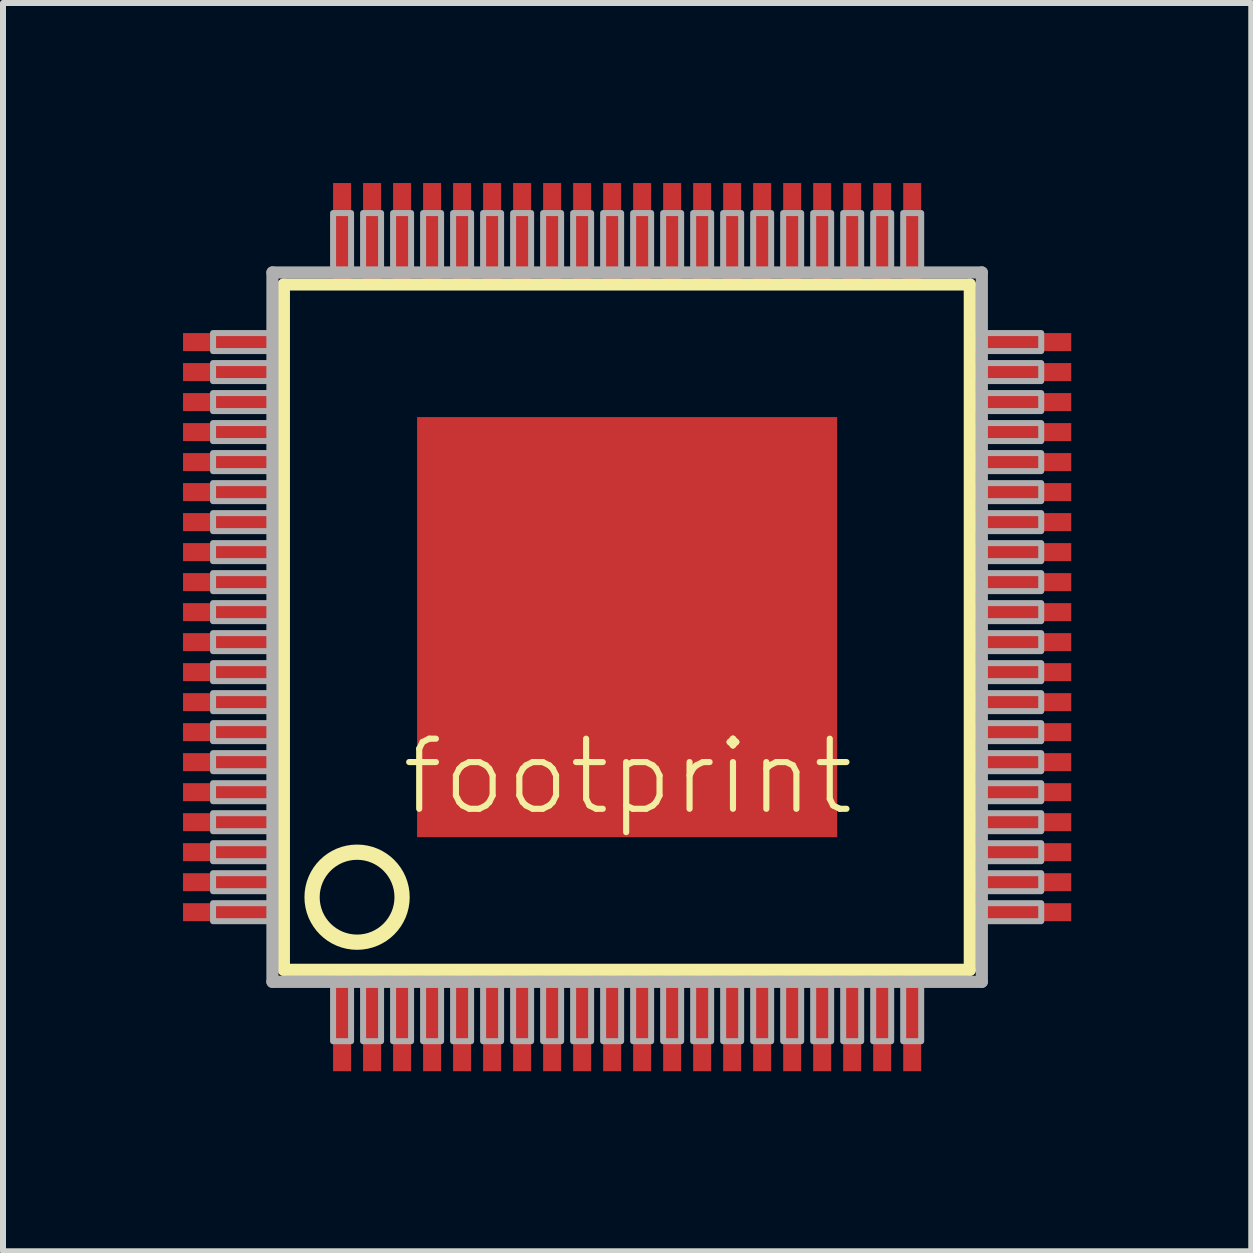
<source format=kicad_pcb>
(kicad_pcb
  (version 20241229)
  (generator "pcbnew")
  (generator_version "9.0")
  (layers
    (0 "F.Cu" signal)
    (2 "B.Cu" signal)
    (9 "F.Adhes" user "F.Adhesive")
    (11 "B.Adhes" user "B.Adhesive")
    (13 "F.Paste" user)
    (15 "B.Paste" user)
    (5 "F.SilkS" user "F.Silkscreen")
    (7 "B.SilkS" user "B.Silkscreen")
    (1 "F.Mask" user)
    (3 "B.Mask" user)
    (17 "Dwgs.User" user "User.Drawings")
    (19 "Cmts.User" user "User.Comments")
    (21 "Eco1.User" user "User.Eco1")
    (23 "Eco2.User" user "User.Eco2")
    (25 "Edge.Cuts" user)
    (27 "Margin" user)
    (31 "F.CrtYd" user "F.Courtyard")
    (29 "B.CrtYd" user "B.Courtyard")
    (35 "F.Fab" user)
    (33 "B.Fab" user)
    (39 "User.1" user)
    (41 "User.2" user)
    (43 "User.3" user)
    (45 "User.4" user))
  (footprint "footprint"
    (layer "F.Cu")
    (at 7.4 7.4)
    (property "Reference" "footprint" (at -3.81 3.175 0) (layer "F.SilkS") (effects (font (size 1.168 1.168) (thickness 0.102)) (justify left bottom)))
    (fp_line (start -5.72 -5.71) (end 5.71 -5.71) (stroke (width 0.203) (type solid)) (layer "F.SilkS"))
    (fp_line (start -5.72 5.71) (end -5.72 -5.71) (stroke (width 0.203) (type solid)) (layer "F.SilkS"))
    (fp_line (start 5.71 -5.71) (end 5.71 5.71) (stroke (width 0.203) (type solid)) (layer "F.SilkS"))
    (fp_line (start 5.71 5.71) (end -5.72 5.71) (stroke (width 0.203) (type solid)) (layer "F.SilkS"))
    (fp_circle (center -4.5 4.5) (end -3.75 4.5) (stroke (width 0.254) (type solid)) (fill no) (layer "F.SilkS"))
    (fp_line (start -5.91 -5.91) (end -5.91 5.91) (stroke (width 0.203) (type solid)) (layer "F.Fab"))
    (fp_line (start -5.91 5.91) (end 5.91 5.91) (stroke (width 0.203) (type solid)) (layer "F.Fab"))
    (fp_line (start 5.91 -5.91) (end -5.91 -5.91) (stroke (width 0.203) (type solid)) (layer "F.Fab"))
    (fp_line (start 5.91 5.91) (end 5.91 -5.91) (stroke (width 0.203) (type solid)) (layer "F.Fab"))
    (fp_poly (pts (xy -6.9 -4.6) (xy -5.95 -4.6) (xy -5.95 -4.9) (xy -6.9 -4.9)) (stroke (width 0.1) (type solid)) (fill no) (layer "F.Fab"))
    (fp_poly (pts (xy -6.9 -4.1) (xy -5.95 -4.1) (xy -5.95 -4.4) (xy -6.9 -4.4)) (stroke (width 0.1) (type solid)) (fill no) (layer "F.Fab"))
    (fp_poly (pts (xy -6.9 -3.6) (xy -5.95 -3.6) (xy -5.95 -3.9) (xy -6.9 -3.9)) (stroke (width 0.1) (type solid)) (fill no) (layer "F.Fab"))
    (fp_poly (pts (xy -6.9 -3.1) (xy -5.95 -3.1) (xy -5.95 -3.4) (xy -6.9 -3.4)) (stroke (width 0.1) (type solid)) (fill no) (layer "F.Fab"))
    (fp_poly (pts (xy -6.9 -2.6) (xy -5.95 -2.6) (xy -5.95 -2.9) (xy -6.9 -2.9)) (stroke (width 0.1) (type solid)) (fill no) (layer "F.Fab"))
    (fp_poly (pts (xy -6.9 -2.1) (xy -5.95 -2.1) (xy -5.95 -2.4) (xy -6.9 -2.4)) (stroke (width 0.1) (type solid)) (fill no) (layer "F.Fab"))
    (fp_poly (pts (xy -6.9 -1.6) (xy -5.95 -1.6) (xy -5.95 -1.9) (xy -6.9 -1.9)) (stroke (width 0.1) (type solid)) (fill no) (layer "F.Fab"))
    (fp_poly (pts (xy -6.9 -1.1) (xy -5.95 -1.1) (xy -5.95 -1.4) (xy -6.9 -1.4)) (stroke (width 0.1) (type solid)) (fill no) (layer "F.Fab"))
    (fp_poly (pts (xy -6.9 -0.6) (xy -5.95 -0.6) (xy -5.95 -0.9) (xy -6.9 -0.9)) (stroke (width 0.1) (type solid)) (fill no) (layer "F.Fab"))
    (fp_poly (pts (xy -6.9 -0.1) (xy -5.95 -0.1) (xy -5.95 -0.4) (xy -6.9 -0.4)) (stroke (width 0.1) (type solid)) (fill no) (layer "F.Fab"))
    (fp_poly (pts (xy -6.9 0.4) (xy -5.95 0.4) (xy -5.95 0.1) (xy -6.9 0.1)) (stroke (width 0.1) (type solid)) (fill no) (layer "F.Fab"))
    (fp_poly (pts (xy -6.9 0.9) (xy -5.95 0.9) (xy -5.95 0.6) (xy -6.9 0.6)) (stroke (width 0.1) (type solid)) (fill no) (layer "F.Fab"))
    (fp_poly (pts (xy -6.9 1.4) (xy -5.95 1.4) (xy -5.95 1.1) (xy -6.9 1.1)) (stroke (width 0.1) (type solid)) (fill no) (layer "F.Fab"))
    (fp_poly (pts (xy -6.9 1.9) (xy -5.95 1.9) (xy -5.95 1.6) (xy -6.9 1.6)) (stroke (width 0.1) (type solid)) (fill no) (layer "F.Fab"))
    (fp_poly (pts (xy -6.9 2.4) (xy -5.95 2.4) (xy -5.95 2.1) (xy -6.9 2.1)) (stroke (width 0.1) (type solid)) (fill no) (layer "F.Fab"))
    (fp_poly (pts (xy -6.9 2.9) (xy -5.95 2.9) (xy -5.95 2.6) (xy -6.9 2.6)) (stroke (width 0.1) (type solid)) (fill no) (layer "F.Fab"))
    (fp_poly (pts (xy -6.9 3.4) (xy -5.95 3.4) (xy -5.95 3.1) (xy -6.9 3.1)) (stroke (width 0.1) (type solid)) (fill no) (layer "F.Fab"))
    (fp_poly (pts (xy -6.9 3.9) (xy -5.95 3.9) (xy -5.95 3.6) (xy -6.9 3.6)) (stroke (width 0.1) (type solid)) (fill no) (layer "F.Fab"))
    (fp_poly (pts (xy -6.9 4.4) (xy -5.95 4.4) (xy -5.95 4.1) (xy -6.9 4.1)) (stroke (width 0.1) (type solid)) (fill no) (layer "F.Fab"))
    (fp_poly (pts (xy -6.9 4.9) (xy -5.95 4.9) (xy -5.95 4.6) (xy -6.9 4.6)) (stroke (width 0.1) (type solid)) (fill no) (layer "F.Fab"))
    (fp_poly (pts (xy -4.9 -5.95) (xy -4.6 -5.95) (xy -4.6 -6.9) (xy -4.9 -6.9)) (stroke (width 0.1) (type solid)) (fill no) (layer "F.Fab"))
    (fp_poly (pts (xy -4.9 6.9) (xy -4.6 6.9) (xy -4.6 5.95) (xy -4.9 5.95)) (stroke (width 0.1) (type solid)) (fill no) (layer "F.Fab"))
    (fp_poly (pts (xy -4.4 -5.95) (xy -4.1 -5.95) (xy -4.1 -6.9) (xy -4.4 -6.9)) (stroke (width 0.1) (type solid)) (fill no) (layer "F.Fab"))
    (fp_poly (pts (xy -4.4 6.9) (xy -4.1 6.9) (xy -4.1 5.95) (xy -4.4 5.95)) (stroke (width 0.1) (type solid)) (fill no) (layer "F.Fab"))
    (fp_poly (pts (xy -3.9 -5.95) (xy -3.6 -5.95) (xy -3.6 -6.9) (xy -3.9 -6.9)) (stroke (width 0.1) (type solid)) (fill no) (layer "F.Fab"))
    (fp_poly (pts (xy -3.9 6.9) (xy -3.6 6.9) (xy -3.6 5.95) (xy -3.9 5.95)) (stroke (width 0.1) (type solid)) (fill no) (layer "F.Fab"))
    (fp_poly (pts (xy -3.4 -5.95) (xy -3.1 -5.95) (xy -3.1 -6.9) (xy -3.4 -6.9)) (stroke (width 0.1) (type solid)) (fill no) (layer "F.Fab"))
    (fp_poly (pts (xy -3.4 6.9) (xy -3.1 6.9) (xy -3.1 5.95) (xy -3.4 5.95)) (stroke (width 0.1) (type solid)) (fill no) (layer "F.Fab"))
    (fp_poly (pts (xy -2.9 -5.95) (xy -2.6 -5.95) (xy -2.6 -6.9) (xy -2.9 -6.9)) (stroke (width 0.1) (type solid)) (fill no) (layer "F.Fab"))
    (fp_poly (pts (xy -2.9 6.9) (xy -2.6 6.9) (xy -2.6 5.95) (xy -2.9 5.95)) (stroke (width 0.1) (type solid)) (fill no) (layer "F.Fab"))
    (fp_poly (pts (xy -2.4 -5.95) (xy -2.1 -5.95) (xy -2.1 -6.9) (xy -2.4 -6.9)) (stroke (width 0.1) (type solid)) (fill no) (layer "F.Fab"))
    (fp_poly (pts (xy -2.4 6.9) (xy -2.1 6.9) (xy -2.1 5.95) (xy -2.4 5.95)) (stroke (width 0.1) (type solid)) (fill no) (layer "F.Fab"))
    (fp_poly (pts (xy -1.9 -5.95) (xy -1.6 -5.95) (xy -1.6 -6.9) (xy -1.9 -6.9)) (stroke (width 0.1) (type solid)) (fill no) (layer "F.Fab"))
    (fp_poly (pts (xy -1.9 6.9) (xy -1.6 6.9) (xy -1.6 5.95) (xy -1.9 5.95)) (stroke (width 0.1) (type solid)) (fill no) (layer "F.Fab"))
    (fp_poly (pts (xy -1.4 -5.95) (xy -1.1 -5.95) (xy -1.1 -6.9) (xy -1.4 -6.9)) (stroke (width 0.1) (type solid)) (fill no) (layer "F.Fab"))
    (fp_poly (pts (xy -1.4 6.9) (xy -1.1 6.9) (xy -1.1 5.95) (xy -1.4 5.95)) (stroke (width 0.1) (type solid)) (fill no) (layer "F.Fab"))
    (fp_poly (pts (xy -0.9 -5.95) (xy -0.6 -5.95) (xy -0.6 -6.9) (xy -0.9 -6.9)) (stroke (width 0.1) (type solid)) (fill no) (layer "F.Fab"))
    (fp_poly (pts (xy -0.9 6.9) (xy -0.6 6.9) (xy -0.6 5.95) (xy -0.9 5.95)) (stroke (width 0.1) (type solid)) (fill no) (layer "F.Fab"))
    (fp_poly (pts (xy -0.4 -5.95) (xy -0.1 -5.95) (xy -0.1 -6.9) (xy -0.4 -6.9)) (stroke (width 0.1) (type solid)) (fill no) (layer "F.Fab"))
    (fp_poly (pts (xy -0.4 6.9) (xy -0.1 6.9) (xy -0.1 5.95) (xy -0.4 5.95)) (stroke (width 0.1) (type solid)) (fill no) (layer "F.Fab"))
    (fp_poly (pts (xy 0.1 -5.95) (xy 0.4 -5.95) (xy 0.4 -6.9) (xy 0.1 -6.9)) (stroke (width 0.1) (type solid)) (fill no) (layer "F.Fab"))
    (fp_poly (pts (xy 0.1 6.9) (xy 0.4 6.9) (xy 0.4 5.95) (xy 0.1 5.95)) (stroke (width 0.1) (type solid)) (fill no) (layer "F.Fab"))
    (fp_poly (pts (xy 0.6 -5.95) (xy 0.9 -5.95) (xy 0.9 -6.9) (xy 0.6 -6.9)) (stroke (width 0.1) (type solid)) (fill no) (layer "F.Fab"))
    (fp_poly (pts (xy 0.6 6.9) (xy 0.9 6.9) (xy 0.9 5.95) (xy 0.6 5.95)) (stroke (width 0.1) (type solid)) (fill no) (layer "F.Fab"))
    (fp_poly (pts (xy 1.1 -5.95) (xy 1.4 -5.95) (xy 1.4 -6.9) (xy 1.1 -6.9)) (stroke (width 0.1) (type solid)) (fill no) (layer "F.Fab"))
    (fp_poly (pts (xy 1.1 6.9) (xy 1.4 6.9) (xy 1.4 5.95) (xy 1.1 5.95)) (stroke (width 0.1) (type solid)) (fill no) (layer "F.Fab"))
    (fp_poly (pts (xy 1.6 -5.95) (xy 1.9 -5.95) (xy 1.9 -6.9) (xy 1.6 -6.9)) (stroke (width 0.1) (type solid)) (fill no) (layer "F.Fab"))
    (fp_poly (pts (xy 1.6 6.9) (xy 1.9 6.9) (xy 1.9 5.95) (xy 1.6 5.95)) (stroke (width 0.1) (type solid)) (fill no) (layer "F.Fab"))
    (fp_poly (pts (xy 2.1 -5.95) (xy 2.4 -5.95) (xy 2.4 -6.9) (xy 2.1 -6.9)) (stroke (width 0.1) (type solid)) (fill no) (layer "F.Fab"))
    (fp_poly (pts (xy 2.1 6.9) (xy 2.4 6.9) (xy 2.4 5.95) (xy 2.1 5.95)) (stroke (width 0.1) (type solid)) (fill no) (layer "F.Fab"))
    (fp_poly (pts (xy 2.6 -5.95) (xy 2.9 -5.95) (xy 2.9 -6.9) (xy 2.6 -6.9)) (stroke (width 0.1) (type solid)) (fill no) (layer "F.Fab"))
    (fp_poly (pts (xy 2.6 6.9) (xy 2.9 6.9) (xy 2.9 5.95) (xy 2.6 5.95)) (stroke (width 0.1) (type solid)) (fill no) (layer "F.Fab"))
    (fp_poly (pts (xy 3.1 -5.95) (xy 3.4 -5.95) (xy 3.4 -6.9) (xy 3.1 -6.9)) (stroke (width 0.1) (type solid)) (fill no) (layer "F.Fab"))
    (fp_poly (pts (xy 3.1 6.9) (xy 3.4 6.9) (xy 3.4 5.95) (xy 3.1 5.95)) (stroke (width 0.1) (type solid)) (fill no) (layer "F.Fab"))
    (fp_poly (pts (xy 3.6 -5.95) (xy 3.9 -5.95) (xy 3.9 -6.9) (xy 3.6 -6.9)) (stroke (width 0.1) (type solid)) (fill no) (layer "F.Fab"))
    (fp_poly (pts (xy 3.6 6.9) (xy 3.9 6.9) (xy 3.9 5.95) (xy 3.6 5.95)) (stroke (width 0.1) (type solid)) (fill no) (layer "F.Fab"))
    (fp_poly (pts (xy 4.1 -5.95) (xy 4.4 -5.95) (xy 4.4 -6.9) (xy 4.1 -6.9)) (stroke (width 0.1) (type solid)) (fill no) (layer "F.Fab"))
    (fp_poly (pts (xy 4.1 6.9) (xy 4.4 6.9) (xy 4.4 5.95) (xy 4.1 5.95)) (stroke (width 0.1) (type solid)) (fill no) (layer "F.Fab"))
    (fp_poly (pts (xy 4.6 -5.95) (xy 4.9 -5.95) (xy 4.9 -6.9) (xy 4.6 -6.9)) (stroke (width 0.1) (type solid)) (fill no) (layer "F.Fab"))
    (fp_poly (pts (xy 4.6 6.9) (xy 4.9 6.9) (xy 4.9 5.95) (xy 4.6 5.95)) (stroke (width 0.1) (type solid)) (fill no) (layer "F.Fab"))
    (fp_poly (pts (xy 5.95 -4.6) (xy 6.9 -4.6) (xy 6.9 -4.9) (xy 5.95 -4.9)) (stroke (width 0.1) (type solid)) (fill no) (layer "F.Fab"))
    (fp_poly (pts (xy 5.95 -4.1) (xy 6.9 -4.1) (xy 6.9 -4.4) (xy 5.95 -4.4)) (stroke (width 0.1) (type solid)) (fill no) (layer "F.Fab"))
    (fp_poly (pts (xy 5.95 -3.6) (xy 6.9 -3.6) (xy 6.9 -3.9) (xy 5.95 -3.9)) (stroke (width 0.1) (type solid)) (fill no) (layer "F.Fab"))
    (fp_poly (pts (xy 5.95 -3.1) (xy 6.9 -3.1) (xy 6.9 -3.4) (xy 5.95 -3.4)) (stroke (width 0.1) (type solid)) (fill no) (layer "F.Fab"))
    (fp_poly (pts (xy 5.95 -2.6) (xy 6.9 -2.6) (xy 6.9 -2.9) (xy 5.95 -2.9)) (stroke (width 0.1) (type solid)) (fill no) (layer "F.Fab"))
    (fp_poly (pts (xy 5.95 -2.1) (xy 6.9 -2.1) (xy 6.9 -2.4) (xy 5.95 -2.4)) (stroke (width 0.1) (type solid)) (fill no) (layer "F.Fab"))
    (fp_poly (pts (xy 5.95 -1.6) (xy 6.9 -1.6) (xy 6.9 -1.9) (xy 5.95 -1.9)) (stroke (width 0.1) (type solid)) (fill no) (layer "F.Fab"))
    (fp_poly (pts (xy 5.95 -1.1) (xy 6.9 -1.1) (xy 6.9 -1.4) (xy 5.95 -1.4)) (stroke (width 0.1) (type solid)) (fill no) (layer "F.Fab"))
    (fp_poly (pts (xy 5.95 -0.6) (xy 6.9 -0.6) (xy 6.9 -0.9) (xy 5.95 -0.9)) (stroke (width 0.1) (type solid)) (fill no) (layer "F.Fab"))
    (fp_poly (pts (xy 5.95 -0.1) (xy 6.9 -0.1) (xy 6.9 -0.4) (xy 5.95 -0.4)) (stroke (width 0.1) (type solid)) (fill no) (layer "F.Fab"))
    (fp_poly (pts (xy 5.95 0.4) (xy 6.9 0.4) (xy 6.9 0.1) (xy 5.95 0.1)) (stroke (width 0.1) (type solid)) (fill no) (layer "F.Fab"))
    (fp_poly (pts (xy 5.95 0.9) (xy 6.9 0.9) (xy 6.9 0.6) (xy 5.95 0.6)) (stroke (width 0.1) (type solid)) (fill no) (layer "F.Fab"))
    (fp_poly (pts (xy 5.95 1.4) (xy 6.9 1.4) (xy 6.9 1.1) (xy 5.95 1.1)) (stroke (width 0.1) (type solid)) (fill no) (layer "F.Fab"))
    (fp_poly (pts (xy 5.95 1.9) (xy 6.9 1.9) (xy 6.9 1.6) (xy 5.95 1.6)) (stroke (width 0.1) (type solid)) (fill no) (layer "F.Fab"))
    (fp_poly (pts (xy 5.95 2.4) (xy 6.9 2.4) (xy 6.9 2.1) (xy 5.95 2.1)) (stroke (width 0.1) (type solid)) (fill no) (layer "F.Fab"))
    (fp_poly (pts (xy 5.95 2.9) (xy 6.9 2.9) (xy 6.9 2.6) (xy 5.95 2.6)) (stroke (width 0.1) (type solid)) (fill no) (layer "F.Fab"))
    (fp_poly (pts (xy 5.95 3.4) (xy 6.9 3.4) (xy 6.9 3.1) (xy 5.95 3.1)) (stroke (width 0.1) (type solid)) (fill no) (layer "F.Fab"))
    (fp_poly (pts (xy 5.95 3.9) (xy 6.9 3.9) (xy 6.9 3.6) (xy 5.95 3.6)) (stroke (width 0.1) (type solid)) (fill no) (layer "F.Fab"))
    (fp_poly (pts (xy 5.95 4.4) (xy 6.9 4.4) (xy 6.9 4.1) (xy 5.95 4.1)) (stroke (width 0.1) (type solid)) (fill no) (layer "F.Fab"))
    (fp_poly (pts (xy 5.95 4.9) (xy 6.9 4.9) (xy 6.9 4.6) (xy 5.95 4.6)) (stroke (width 0.1) (type solid)) (fill no) (layer "F.Fab"))
    (pad "1" smd rect (at -4.75 6.6) (size 0.3 1.6) (layers "F.Cu" "F.Mask" "F.Paste"))
    (pad "2" smd rect (at -4.25 6.6) (size 0.3 1.6) (layers "F.Cu" "F.Mask" "F.Paste"))
    (pad "3" smd rect (at -3.75 6.6) (size 0.3 1.6) (layers "F.Cu" "F.Mask" "F.Paste"))
    (pad "4" smd rect (at -3.25 6.6) (size 0.3 1.6) (layers "F.Cu" "F.Mask" "F.Paste"))
    (pad "5" smd rect (at -2.75 6.6) (size 0.3 1.6) (layers "F.Cu" "F.Mask" "F.Paste"))
    (pad "6" smd rect (at -2.25 6.6) (size 0.3 1.6) (layers "F.Cu" "F.Mask" "F.Paste"))
    (pad "7" smd rect (at -1.75 6.6) (size 0.3 1.6) (layers "F.Cu" "F.Mask" "F.Paste"))
    (pad "8" smd rect (at -1.25 6.6) (size 0.3 1.6) (layers "F.Cu" "F.Mask" "F.Paste"))
    (pad "9" smd rect (at -0.75 6.6) (size 0.3 1.6) (layers "F.Cu" "F.Mask" "F.Paste"))
    (pad "10" smd rect (at -0.25 6.6) (size 0.3 1.6) (layers "F.Cu" "F.Mask" "F.Paste"))
    (pad "11" smd rect (at 0.25 6.6) (size 0.3 1.6) (layers "F.Cu" "F.Mask" "F.Paste"))
    (pad "12" smd rect (at 0.75 6.6) (size 0.3 1.6) (layers "F.Cu" "F.Mask" "F.Paste"))
    (pad "13" smd rect (at 1.25 6.6) (size 0.3 1.6) (layers "F.Cu" "F.Mask" "F.Paste"))
    (pad "14" smd rect (at 1.75 6.6) (size 0.3 1.6) (layers "F.Cu" "F.Mask" "F.Paste"))
    (pad "15" smd rect (at 2.25 6.6) (size 0.3 1.6) (layers "F.Cu" "F.Mask" "F.Paste"))
    (pad "16" smd rect (at 2.75 6.6) (size 0.3 1.6) (layers "F.Cu" "F.Mask" "F.Paste"))
    (pad "17" smd rect (at 3.25 6.6) (size 0.3 1.6) (layers "F.Cu" "F.Mask" "F.Paste"))
    (pad "18" smd rect (at 3.75 6.6) (size 0.3 1.6) (layers "F.Cu" "F.Mask" "F.Paste"))
    (pad "19" smd rect (at 4.25 6.6) (size 0.3 1.6) (layers "F.Cu" "F.Mask" "F.Paste"))
    (pad "20" smd rect (at 4.75 6.6) (size 0.3 1.6) (layers "F.Cu" "F.Mask" "F.Paste"))
    (pad "21" smd rect (at 6.6 4.75) (size 1.6 0.3) (layers "F.Cu" "F.Mask" "F.Paste"))
    (pad "22" smd rect (at 6.6 4.25) (size 1.6 0.3) (layers "F.Cu" "F.Mask" "F.Paste"))
    (pad "23" smd rect (at 6.6 3.75) (size 1.6 0.3) (layers "F.Cu" "F.Mask" "F.Paste"))
    (pad "24" smd rect (at 6.6 3.25) (size 1.6 0.3) (layers "F.Cu" "F.Mask" "F.Paste"))
    (pad "25" smd rect (at 6.6 2.75) (size 1.6 0.3) (layers "F.Cu" "F.Mask" "F.Paste"))
    (pad "26" smd rect (at 6.6 2.25) (size 1.6 0.3) (layers "F.Cu" "F.Mask" "F.Paste"))
    (pad "27" smd rect (at 6.6 1.75) (size 1.6 0.3) (layers "F.Cu" "F.Mask" "F.Paste"))
    (pad "28" smd rect (at 6.6 1.25) (size 1.6 0.3) (layers "F.Cu" "F.Mask" "F.Paste"))
    (pad "29" smd rect (at 6.6 0.75) (size 1.6 0.3) (layers "F.Cu" "F.Mask" "F.Paste"))
    (pad "30" smd rect (at 6.6 0.25) (size 1.6 0.3) (layers "F.Cu" "F.Mask" "F.Paste"))
    (pad "31" smd rect (at 6.6 -0.25) (size 1.6 0.3) (layers "F.Cu" "F.Mask" "F.Paste"))
    (pad "32" smd rect (at 6.6 -0.75) (size 1.6 0.3) (layers "F.Cu" "F.Mask" "F.Paste"))
    (pad "33" smd rect (at 6.6 -1.25) (size 1.6 0.3) (layers "F.Cu" "F.Mask" "F.Paste"))
    (pad "34" smd rect (at 6.6 -1.75) (size 1.6 0.3) (layers "F.Cu" "F.Mask" "F.Paste"))
    (pad "35" smd rect (at 6.6 -2.25) (size 1.6 0.3) (layers "F.Cu" "F.Mask" "F.Paste"))
    (pad "36" smd rect (at 6.6 -2.75) (size 1.6 0.3) (layers "F.Cu" "F.Mask" "F.Paste"))
    (pad "37" smd rect (at 6.6 -3.25) (size 1.6 0.3) (layers "F.Cu" "F.Mask" "F.Paste"))
    (pad "38" smd rect (at 6.6 -3.75) (size 1.6 0.3) (layers "F.Cu" "F.Mask" "F.Paste"))
    (pad "39" smd rect (at 6.6 -4.25) (size 1.6 0.3) (layers "F.Cu" "F.Mask" "F.Paste"))
    (pad "40" smd rect (at 6.6 -4.75) (size 1.6 0.3) (layers "F.Cu" "F.Mask" "F.Paste"))
    (pad "41" smd rect (at 4.75 -6.6) (size 0.3 1.6) (layers "F.Cu" "F.Mask" "F.Paste"))
    (pad "42" smd rect (at 4.25 -6.6) (size 0.3 1.6) (layers "F.Cu" "F.Mask" "F.Paste"))
    (pad "43" smd rect (at 3.75 -6.6) (size 0.3 1.6) (layers "F.Cu" "F.Mask" "F.Paste"))
    (pad "44" smd rect (at 3.25 -6.6) (size 0.3 1.6) (layers "F.Cu" "F.Mask" "F.Paste"))
    (pad "45" smd rect (at 2.75 -6.6) (size 0.3 1.6) (layers "F.Cu" "F.Mask" "F.Paste"))
    (pad "46" smd rect (at 2.25 -6.6) (size 0.3 1.6) (layers "F.Cu" "F.Mask" "F.Paste"))
    (pad "47" smd rect (at 1.75 -6.6) (size 0.3 1.6) (layers "F.Cu" "F.Mask" "F.Paste"))
    (pad "48" smd rect (at 1.25 -6.6) (size 0.3 1.6) (layers "F.Cu" "F.Mask" "F.Paste"))
    (pad "49" smd rect (at 0.75 -6.6) (size 0.3 1.6) (layers "F.Cu" "F.Mask" "F.Paste"))
    (pad "50" smd rect (at 0.25 -6.6) (size 0.3 1.6) (layers "F.Cu" "F.Mask" "F.Paste"))
    (pad "51" smd rect (at -0.25 -6.6) (size 0.3 1.6) (layers "F.Cu" "F.Mask" "F.Paste"))
    (pad "52" smd rect (at -0.75 -6.6) (size 0.3 1.6) (layers "F.Cu" "F.Mask" "F.Paste"))
    (pad "53" smd rect (at -1.25 -6.6) (size 0.3 1.6) (layers "F.Cu" "F.Mask" "F.Paste"))
    (pad "54" smd rect (at -1.75 -6.6) (size 0.3 1.6) (layers "F.Cu" "F.Mask" "F.Paste"))
    (pad "55" smd rect (at -2.25 -6.6) (size 0.3 1.6) (layers "F.Cu" "F.Mask" "F.Paste"))
    (pad "56" smd rect (at -2.75 -6.6) (size 0.3 1.6) (layers "F.Cu" "F.Mask" "F.Paste"))
    (pad "57" smd rect (at -3.25 -6.6) (size 0.3 1.6) (layers "F.Cu" "F.Mask" "F.Paste"))
    (pad "58" smd rect (at -3.75 -6.6) (size 0.3 1.6) (layers "F.Cu" "F.Mask" "F.Paste"))
    (pad "59" smd rect (at -4.25 -6.6) (size 0.3 1.6) (layers "F.Cu" "F.Mask" "F.Paste"))
    (pad "60" smd rect (at -4.75 -6.6) (size 0.3 1.6) (layers "F.Cu" "F.Mask" "F.Paste"))
    (pad "61" smd rect (at -6.6 -4.75) (size 1.6 0.3) (layers "F.Cu" "F.Mask" "F.Paste"))
    (pad "62" smd rect (at -6.6 -4.25) (size 1.6 0.3) (layers "F.Cu" "F.Mask" "F.Paste"))
    (pad "63" smd rect (at -6.6 -3.75) (size 1.6 0.3) (layers "F.Cu" "F.Mask" "F.Paste"))
    (pad "64" smd rect (at -6.6 -3.25) (size 1.6 0.3) (layers "F.Cu" "F.Mask" "F.Paste"))
    (pad "65" smd rect (at -6.6 -2.75) (size 1.6 0.3) (layers "F.Cu" "F.Mask" "F.Paste"))
    (pad "66" smd rect (at -6.6 -2.25) (size 1.6 0.3) (layers "F.Cu" "F.Mask" "F.Paste"))
    (pad "67" smd rect (at -6.6 -1.75) (size 1.6 0.3) (layers "F.Cu" "F.Mask" "F.Paste"))
    (pad "68" smd rect (at -6.6 -1.25) (size 1.6 0.3) (layers "F.Cu" "F.Mask" "F.Paste"))
    (pad "69" smd rect (at -6.6 -0.75) (size 1.6 0.3) (layers "F.Cu" "F.Mask" "F.Paste"))
    (pad "70" smd rect (at -6.6 -0.25) (size 1.6 0.3) (layers "F.Cu" "F.Mask" "F.Paste"))
    (pad "71" smd rect (at -6.6 0.25) (size 1.6 0.3) (layers "F.Cu" "F.Mask" "F.Paste"))
    (pad "72" smd rect (at -6.6 0.75) (size 1.6 0.3) (layers "F.Cu" "F.Mask" "F.Paste"))
    (pad "73" smd rect (at -6.6 1.25) (size 1.6 0.3) (layers "F.Cu" "F.Mask" "F.Paste"))
    (pad "74" smd rect (at -6.6 1.75) (size 1.6 0.3) (layers "F.Cu" "F.Mask" "F.Paste"))
    (pad "75" smd rect (at -6.6 2.25) (size 1.6 0.3) (layers "F.Cu" "F.Mask" "F.Paste"))
    (pad "76" smd rect (at -6.6 2.75) (size 1.6 0.3) (layers "F.Cu" "F.Mask" "F.Paste"))
    (pad "77" smd rect (at -6.6 3.25) (size 1.6 0.3) (layers "F.Cu" "F.Mask" "F.Paste"))
    (pad "78" smd rect (at -6.6 3.75) (size 1.6 0.3) (layers "F.Cu" "F.Mask" "F.Paste"))
    (pad "79" smd rect (at -6.6 4.25) (size 1.6 0.3) (layers "F.Cu" "F.Mask" "F.Paste"))
    (pad "80" smd rect (at -6.6 4.75) (size 1.6 0.3) (layers "F.Cu" "F.Mask" "F.Paste"))
    (pad "EXP" smd rect (at 0 0) (size 7 7) (layers "F.Cu" "F.Mask" "F.Paste")))
  (gr_rect
    (start -3 -3)
    (end 17.8 17.8)
    (stroke (width 0.1) (type default))
    (fill no)
    (layer "Edge.Cuts")))
</source>
